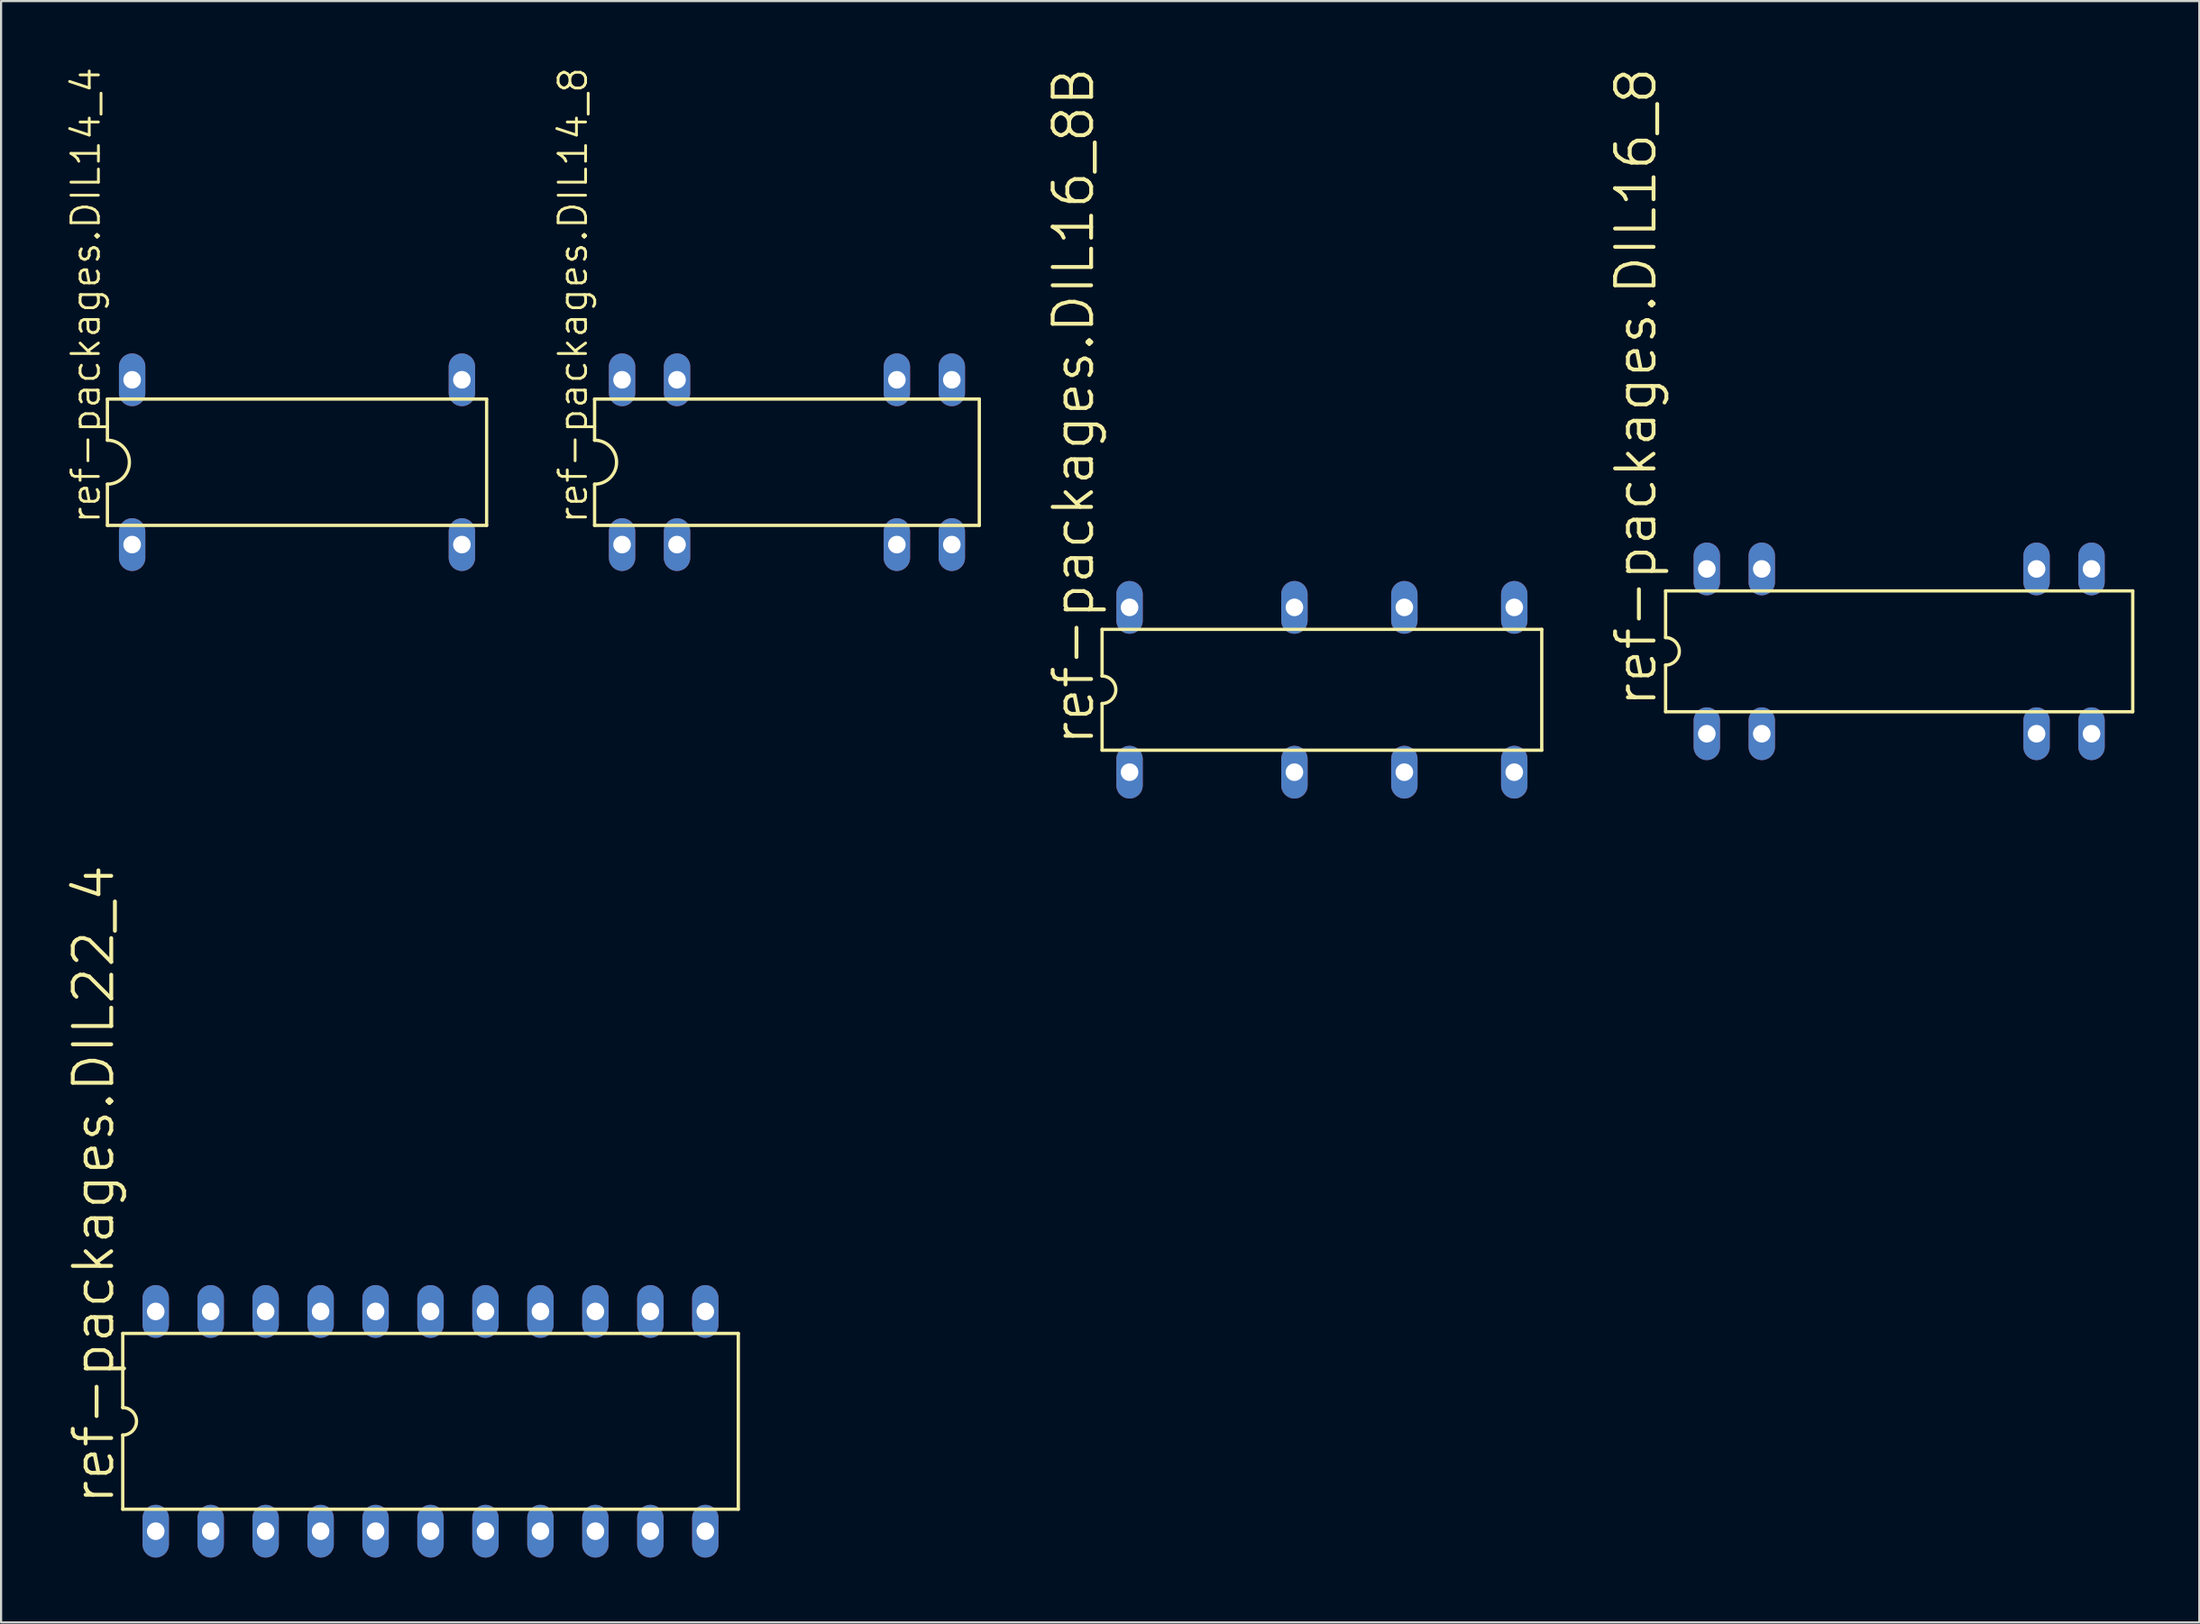
<source format=kicad_pcb>
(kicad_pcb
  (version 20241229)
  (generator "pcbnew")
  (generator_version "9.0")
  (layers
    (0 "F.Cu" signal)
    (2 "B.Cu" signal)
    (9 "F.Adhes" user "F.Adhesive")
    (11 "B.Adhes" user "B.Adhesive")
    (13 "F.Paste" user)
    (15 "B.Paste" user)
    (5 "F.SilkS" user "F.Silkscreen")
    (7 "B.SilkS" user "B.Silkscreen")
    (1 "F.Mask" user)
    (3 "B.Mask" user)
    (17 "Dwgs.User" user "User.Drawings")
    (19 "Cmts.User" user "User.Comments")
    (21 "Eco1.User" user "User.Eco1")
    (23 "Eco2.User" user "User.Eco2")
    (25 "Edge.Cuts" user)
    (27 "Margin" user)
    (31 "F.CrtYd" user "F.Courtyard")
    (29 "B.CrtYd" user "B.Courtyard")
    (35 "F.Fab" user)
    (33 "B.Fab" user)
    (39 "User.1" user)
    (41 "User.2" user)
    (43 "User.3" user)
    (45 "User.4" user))
  (footprint "ref-packages.DIL14_8"
    (layer "F.Cu")
    (at 33.32 18.321)
    (property "Reference" "ref-packages.DIL14_8" (at -9.144 2.921 90) (layer "F.SilkS") (effects (font (size 1.27 1.27) (thickness 0.13)) (justify left bottom)))
    (attr through_hole)
    (fp_line (start -8.89 -2.921) (end -8.89 -1.016) (stroke (width 0.152) (type default)) (layer "F.SilkS"))
    (fp_line (start -8.89 2.921) (end -8.89 1.016) (stroke (width 0.152) (type default)) (layer "F.SilkS"))
    (fp_line (start -8.89 2.921) (end 8.89 2.921) (stroke (width 0.152) (type default)) (layer "F.SilkS"))
    (fp_line (start 8.89 -2.921) (end -8.89 -2.921) (stroke (width 0.152) (type default)) (layer "F.SilkS"))
    (fp_line (start 8.89 -2.921) (end 8.89 2.921) (stroke (width 0.152) (type default)) (layer "F.SilkS"))
    (fp_arc (start -8.89 -1.016) (mid -7.874 0) (end -8.89 1.016) (stroke (width 0.1524) (type default)) (layer "F.SilkS"))
    (pad "1" thru_hole oval (at -7.62 3.81 90) (size 2.438 1.219) (drill 0.813) (layers "*.Cu" "*.Mask"))
    (pad "2" thru_hole oval (at -5.08 3.81 90) (size 2.438 1.219) (drill 0.813) (layers "*.Cu" "*.Mask"))
    (pad "6" thru_hole oval (at 5.08 3.81 90) (size 2.438 1.219) (drill 0.813) (layers "*.Cu" "*.Mask"))
    (pad "7" thru_hole oval (at 7.62 3.81 90) (size 2.438 1.219) (drill 0.813) (layers "*.Cu" "*.Mask"))
    (pad "8" thru_hole oval (at 7.62 -3.81 90) (size 2.438 1.219) (drill 0.813) (layers "*.Cu" "*.Mask"))
    (pad "9" thru_hole oval (at 5.08 -3.81 90) (size 2.438 1.219) (drill 0.813) (layers "*.Cu" "*.Mask"))
    (pad "13" thru_hole oval (at -5.08 -3.81 90) (size 2.438 1.219) (drill 0.813) (layers "*.Cu" "*.Mask"))
    (pad "14" thru_hole oval (at -7.62 -3.81 90) (size 2.438 1.219) (drill 0.813) (layers "*.Cu" "*.Mask")))
  (footprint "ref-packages.DIL16_8"
    (layer "F.Cu")
    (at 84.723 27.066)
    (property "Reference" "ref-packages.DIL16_8" (at -11.125 2.667 90) (layer "F.SilkS") (effects (font (size 1.778 1.778) (thickness 0.18)) (justify left bottom)))
    (attr through_hole)
    (fp_line (start -10.795 -2.794) (end -10.795 -0.635) (stroke (width 0.152) (type default)) (layer "F.SilkS"))
    (fp_line (start -10.795 -2.794) (end 10.795 -2.794) (stroke (width 0.152) (type default)) (layer "F.SilkS"))
    (fp_line (start -10.795 0.635) (end -10.795 2.794) (stroke (width 0.152) (type default)) (layer "F.SilkS"))
    (fp_line (start -10.795 2.794) (end 10.795 2.794) (stroke (width 0.152) (type default)) (layer "F.SilkS"))
    (fp_line (start 10.795 2.794) (end 10.795 -2.794) (stroke (width 0.152) (type default)) (layer "F.SilkS"))
    (fp_arc (start -10.795 -0.635) (mid -10.16 0) (end -10.795 0.635) (stroke (width 0.1524) (type default)) (layer "F.SilkS"))
    (pad "1" thru_hole oval (at -8.89 3.81 90) (size 2.438 1.219) (drill 0.813) (layers "*.Cu" "*.Mask"))
    (pad "2" thru_hole oval (at -6.35 3.81 90) (size 2.438 1.219) (drill 0.813) (layers "*.Cu" "*.Mask"))
    (pad "7" thru_hole oval (at 6.35 3.81 90) (size 2.438 1.219) (drill 0.813) (layers "*.Cu" "*.Mask"))
    (pad "8" thru_hole oval (at 8.89 3.81 90) (size 2.438 1.219) (drill 0.813) (layers "*.Cu" "*.Mask"))
    (pad "9" thru_hole oval (at 8.89 -3.81 90) (size 2.438 1.219) (drill 0.813) (layers "*.Cu" "*.Mask"))
    (pad "10" thru_hole oval (at 6.35 -3.81 90) (size 2.438 1.219) (drill 0.813) (layers "*.Cu" "*.Mask"))
    (pad "15" thru_hole oval (at -6.35 -3.81 90) (size 2.438 1.219) (drill 0.813) (layers "*.Cu" "*.Mask"))
    (pad "16" thru_hole oval (at -8.89 -3.81 90) (size 2.438 1.219) (drill 0.813) (layers "*.Cu" "*.Mask")))
  (footprint "ref-packages.DIL14_4"
    (layer "F.Cu")
    (at 10.677 18.321)
    (property "Reference" "ref-packages.DIL14_4" (at -9.017 2.921 90) (layer "F.SilkS") (effects (font (size 1.27 1.27) (thickness 0.13)) (justify left bottom)))
    (attr through_hole)
    (fp_line (start -8.763 -2.921) (end -8.763 -1.016) (stroke (width 0.152) (type default)) (layer "F.SilkS"))
    (fp_line (start -8.763 2.921) (end -8.763 1.016) (stroke (width 0.152) (type default)) (layer "F.SilkS"))
    (fp_line (start -8.763 2.921) (end 8.763 2.921) (stroke (width 0.152) (type default)) (layer "F.SilkS"))
    (fp_line (start 8.763 -2.921) (end -8.763 -2.921) (stroke (width 0.152) (type default)) (layer "F.SilkS"))
    (fp_line (start 8.763 -2.921) (end 8.763 2.921) (stroke (width 0.152) (type default)) (layer "F.SilkS"))
    (fp_arc (start -8.763 -1.016) (mid -7.747 0) (end -8.763 1.016) (stroke (width 0.1524) (type default)) (layer "F.SilkS"))
    (pad "1" thru_hole oval (at -7.62 3.81 90) (size 2.438 1.219) (drill 0.813) (layers "*.Cu" "*.Mask"))
    (pad "7" thru_hole oval (at 7.62 3.81 90) (size 2.438 1.219) (drill 0.813) (layers "*.Cu" "*.Mask"))
    (pad "8" thru_hole oval (at 7.62 -3.81 90) (size 2.438 1.219) (drill 0.813) (layers "*.Cu" "*.Mask"))
    (pad "14" thru_hole oval (at -7.62 -3.81 90) (size 2.438 1.219) (drill 0.813) (layers "*.Cu" "*.Mask")))
  (footprint "ref-packages.DIL22_4"
    (layer "F.Cu")
    (at 16.847 62.669)
    (property "Reference" "ref-packages.DIL22_4" (at -14.529 3.937 90) (layer "F.SilkS") (effects (font (size 1.778 1.778) (thickness 0.18)) (justify left bottom)))
    (attr through_hole)
    (fp_line (start -14.224 -4.064) (end -14.224 -0.635) (stroke (width 0.152) (type default)) (layer "F.SilkS"))
    (fp_line (start -14.224 -4.064) (end 14.224 -4.064) (stroke (width 0.152) (type default)) (layer "F.SilkS"))
    (fp_line (start -14.224 0.635) (end -14.224 4.064) (stroke (width 0.152) (type default)) (layer "F.SilkS"))
    (fp_line (start -14.224 4.064) (end 14.224 4.064) (stroke (width 0.152) (type default)) (layer "F.SilkS"))
    (fp_line (start 14.224 4.064) (end 14.224 -4.064) (stroke (width 0.152) (type default)) (layer "F.SilkS"))
    (fp_arc (start -14.224 -0.635) (mid -13.589 0) (end -14.224 0.635) (stroke (width 0.1524) (type default)) (layer "F.SilkS"))
    (pad "1" thru_hole oval (at -12.7 5.08 90) (size 2.438 1.219) (drill 0.813) (layers "*.Cu" "*.Mask"))
    (pad "2" thru_hole oval (at -10.16 5.08 90) (size 2.438 1.219) (drill 0.813) (layers "*.Cu" "*.Mask"))
    (pad "3" thru_hole oval (at -7.62 5.08 90) (size 2.438 1.219) (drill 0.813) (layers "*.Cu" "*.Mask"))
    (pad "4" thru_hole oval (at -5.08 5.08 90) (size 2.438 1.219) (drill 0.813) (layers "*.Cu" "*.Mask"))
    (pad "5" thru_hole oval (at -2.54 5.08 90) (size 2.438 1.219) (drill 0.813) (layers "*.Cu" "*.Mask"))
    (pad "6" thru_hole oval (at 0 5.08 90) (size 2.438 1.219) (drill 0.813) (layers "*.Cu" "*.Mask"))
    (pad "7" thru_hole oval (at 2.54 5.08 90) (size 2.438 1.219) (drill 0.813) (layers "*.Cu" "*.Mask"))
    (pad "8" thru_hole oval (at 5.08 5.08 90) (size 2.438 1.219) (drill 0.813) (layers "*.Cu" "*.Mask"))
    (pad "9" thru_hole oval (at 7.62 5.08 90) (size 2.438 1.219) (drill 0.813) (layers "*.Cu" "*.Mask"))
    (pad "10" thru_hole oval (at 10.16 5.08 90) (size 2.438 1.219) (drill 0.813) (layers "*.Cu" "*.Mask"))
    (pad "11" thru_hole oval (at 12.7 5.08 90) (size 2.438 1.219) (drill 0.813) (layers "*.Cu" "*.Mask"))
    (pad "12" thru_hole oval (at 12.7 -5.08 90) (size 2.438 1.219) (drill 0.813) (layers "*.Cu" "*.Mask"))
    (pad "13" thru_hole oval (at 10.16 -5.08 90) (size 2.438 1.219) (drill 0.813) (layers "*.Cu" "*.Mask"))
    (pad "14" thru_hole oval (at 7.62 -5.08 90) (size 2.438 1.219) (drill 0.813) (layers "*.Cu" "*.Mask"))
    (pad "15" thru_hole oval (at 5.08 -5.08 90) (size 2.438 1.219) (drill 0.813) (layers "*.Cu" "*.Mask"))
    (pad "16" thru_hole oval (at 2.54 -5.08 90) (size 2.438 1.219) (drill 0.813) (layers "*.Cu" "*.Mask"))
    (pad "17" thru_hole oval (at 0 -5.08 90) (size 2.438 1.219) (drill 0.813) (layers "*.Cu" "*.Mask"))
    (pad "18" thru_hole oval (at -2.54 -5.08 90) (size 2.438 1.219) (drill 0.813) (layers "*.Cu" "*.Mask"))
    (pad "19" thru_hole oval (at -5.08 -5.08 90) (size 2.438 1.219) (drill 0.813) (layers "*.Cu" "*.Mask"))
    (pad "20" thru_hole oval (at -7.62 -5.08 90) (size 2.438 1.219) (drill 0.813) (layers "*.Cu" "*.Mask"))
    (pad "21" thru_hole oval (at -10.16 -5.08 90) (size 2.438 1.219) (drill 0.813) (layers "*.Cu" "*.Mask"))
    (pad "22" thru_hole oval (at -12.7 -5.08 90) (size 2.438 1.219) (drill 0.813) (layers "*.Cu" "*.Mask")))
  (footprint "ref-packages.DIL16_8B"
    (layer "F.Cu")
    (at 58.044 28.844)
    (property "Reference" "ref-packages.DIL16_8B" (at -10.439 2.667 90) (layer "F.SilkS") (effects (font (size 1.778 1.778) (thickness 0.18)) (justify left bottom)))
    (attr through_hole)
    (fp_line (start -10.16 -2.794) (end -10.16 -0.635) (stroke (width 0.152) (type default)) (layer "F.SilkS"))
    (fp_line (start -10.16 0.635) (end -10.16 2.794) (stroke (width 0.152) (type default)) (layer "F.SilkS"))
    (fp_line (start -10.16 2.794) (end 10.16 2.794) (stroke (width 0.152) (type default)) (layer "F.SilkS"))
    (fp_line (start 10.16 -2.794) (end -10.16 -2.794) (stroke (width 0.152) (type default)) (layer "F.SilkS"))
    (fp_line (start 10.16 2.794) (end 10.16 -2.794) (stroke (width 0.152) (type default)) (layer "F.SilkS"))
    (fp_arc (start -10.16 -0.635) (mid -9.525 0) (end -10.16 0.635) (stroke (width 0.1524) (type default)) (layer "F.SilkS"))
    (pad "1" thru_hole oval (at -8.89 3.81 90) (size 2.438 1.219) (drill 0.813) (layers "*.Cu" "*.Mask"))
    (pad "4" thru_hole oval (at -1.27 3.81 90) (size 2.438 1.219) (drill 0.813) (layers "*.Cu" "*.Mask"))
    (pad "6" thru_hole oval (at 3.81 3.81 90) (size 2.438 1.219) (drill 0.813) (layers "*.Cu" "*.Mask"))
    (pad "8" thru_hole oval (at 8.89 3.81 90) (size 2.438 1.219) (drill 0.813) (layers "*.Cu" "*.Mask"))
    (pad "9" thru_hole oval (at 8.89 -3.81 90) (size 2.438 1.219) (drill 0.813) (layers "*.Cu" "*.Mask"))
    (pad "11" thru_hole oval (at 3.81 -3.81 90) (size 2.438 1.219) (drill 0.813) (layers "*.Cu" "*.Mask"))
    (pad "13" thru_hole oval (at -1.27 -3.81 90) (size 2.438 1.219) (drill 0.813) (layers "*.Cu" "*.Mask"))
    (pad "16" thru_hole oval (at -8.89 -3.81 90) (size 2.438 1.219) (drill 0.813) (layers "*.Cu" "*.Mask")))
  (gr_rect
    (start -3 -3)
    (end 98.594 71.969)
    (stroke (width 0.1) (type default))
    (fill no)
    (layer "Edge.Cuts")))
</source>
